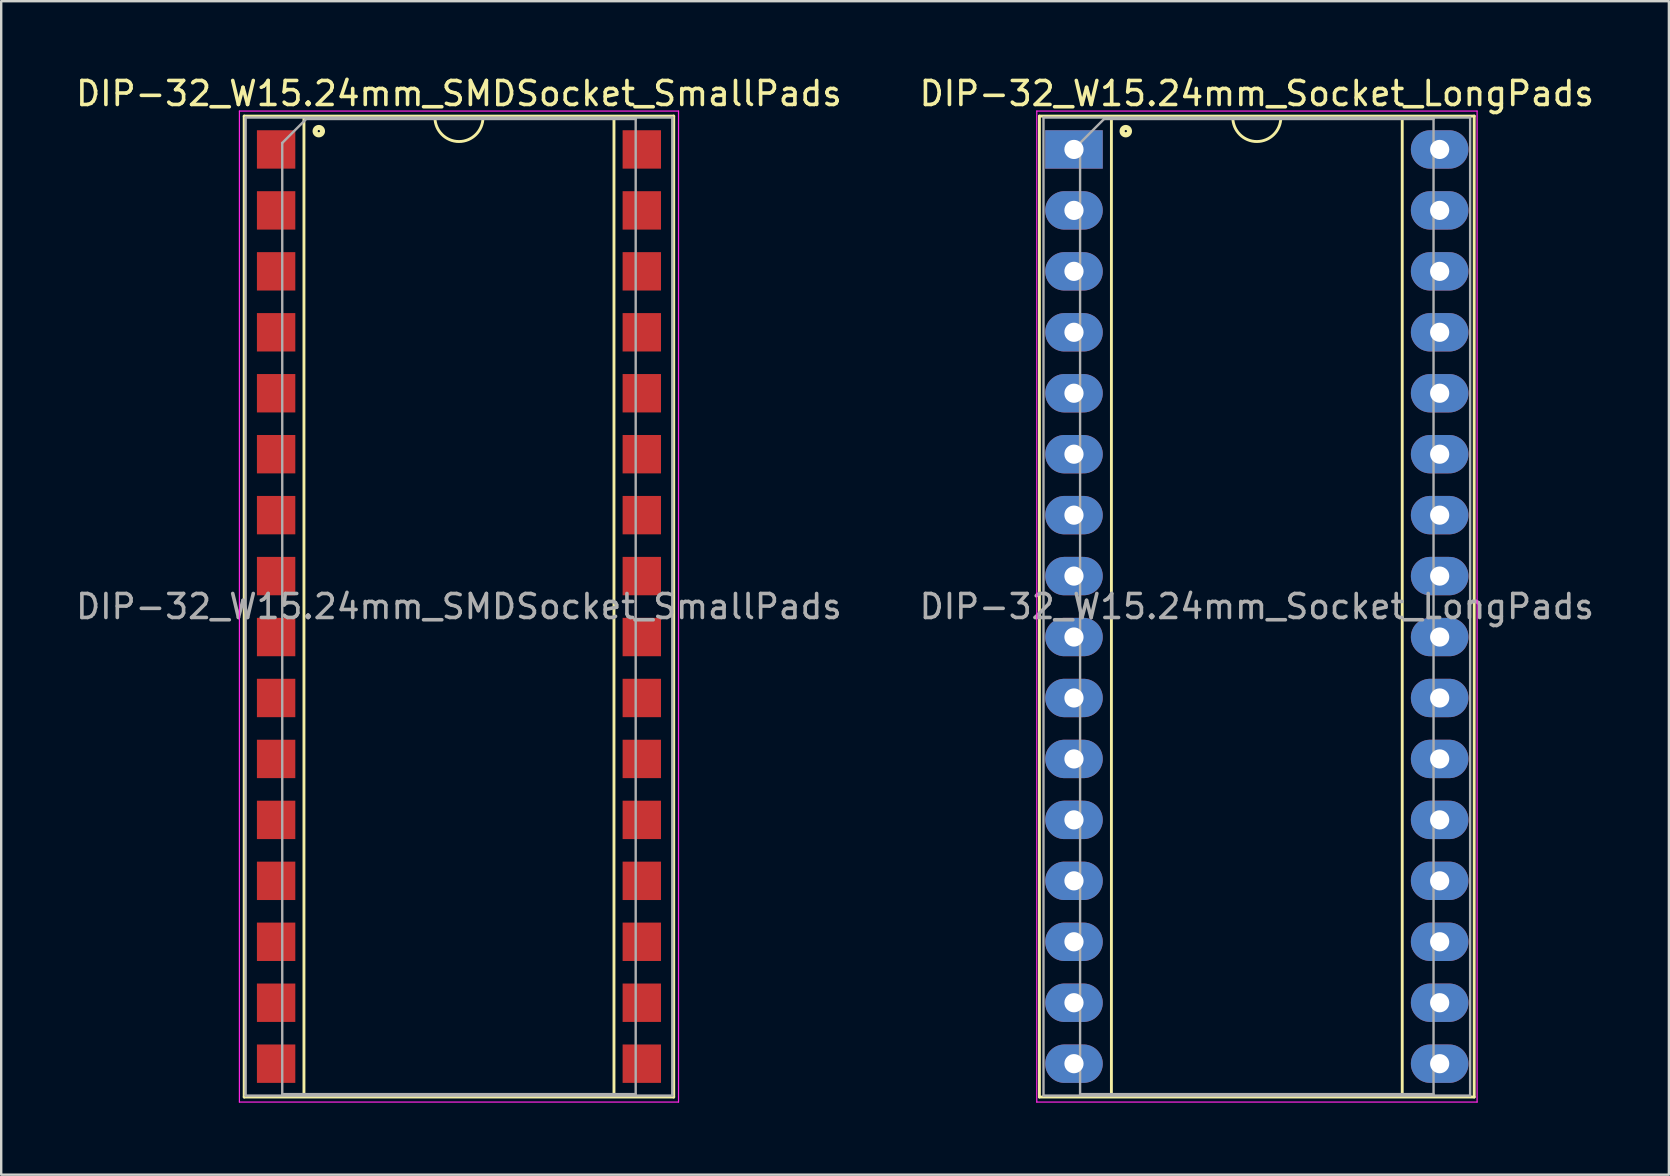
<source format=kicad_pcb>
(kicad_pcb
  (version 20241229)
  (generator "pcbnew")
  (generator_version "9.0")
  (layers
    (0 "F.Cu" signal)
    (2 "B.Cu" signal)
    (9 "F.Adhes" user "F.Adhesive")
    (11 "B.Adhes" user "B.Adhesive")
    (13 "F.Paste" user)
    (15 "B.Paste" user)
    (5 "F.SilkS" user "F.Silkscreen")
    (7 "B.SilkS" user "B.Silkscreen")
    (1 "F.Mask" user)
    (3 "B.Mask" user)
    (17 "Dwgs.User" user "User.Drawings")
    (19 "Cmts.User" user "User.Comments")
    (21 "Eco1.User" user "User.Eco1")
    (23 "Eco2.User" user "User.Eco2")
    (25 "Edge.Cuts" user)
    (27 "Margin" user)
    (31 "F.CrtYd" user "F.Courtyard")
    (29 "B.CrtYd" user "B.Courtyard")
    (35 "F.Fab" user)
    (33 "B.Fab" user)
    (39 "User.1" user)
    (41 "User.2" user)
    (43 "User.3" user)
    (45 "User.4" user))
  (footprint "DIP-32_W15.24mm_Socket_LongPads"
    (layer "F.Cu")
    (at 41.707 3.178)
    (property "Reference" "DIP-32_W15.24mm_Socket_LongPads" (at 7.62 -2.33 0) (layer "F.SilkS") (effects (font (size 1 1) (thickness 0.15))))
    (attr through_hole)
    (fp_line (start -1.44 -1.39) (end -1.44 39.49) (stroke (width 0.12) (type solid)) (layer "F.SilkS"))
    (fp_line (start -1.44 39.49) (end 16.68 39.49) (stroke (width 0.12) (type solid)) (layer "F.SilkS"))
    (fp_line (start 1.56 -1.33) (end 1.56 39.43) (stroke (width 0.12) (type solid)) (layer "F.SilkS"))
    (fp_line (start 1.56 39.43) (end 13.68 39.43) (stroke (width 0.12) (type solid)) (layer "F.SilkS"))
    (fp_line (start 6.62 -1.33) (end 1.56 -1.33) (stroke (width 0.12) (type solid)) (layer "F.SilkS"))
    (fp_line (start 13.68 -1.33) (end 8.62 -1.33) (stroke (width 0.12) (type solid)) (layer "F.SilkS"))
    (fp_line (start 13.68 39.43) (end 13.68 -1.33) (stroke (width 0.12) (type solid)) (layer "F.SilkS"))
    (fp_line (start 16.68 -1.39) (end -1.44 -1.39) (stroke (width 0.12) (type solid)) (layer "F.SilkS"))
    (fp_line (start 16.68 39.49) (end 16.68 -1.39) (stroke (width 0.12) (type solid)) (layer "F.SilkS"))
    (fp_arc (start 8.62 -1.33) (mid 7.62 -0.33) (end 6.62 -1.33) (stroke (width 0.12) (type solid)) (layer "F.SilkS"))
    (fp_circle (center 2.159 -0.762) (end 2.209 -0.762) (stroke (width 0.12) (type solid)) (fill no) (layer "F.SilkS"))
    (fp_circle (center 2.159 -0.762) (end 2.284 -0.762) (stroke (width 0.12) (type solid)) (fill no) (layer "F.SilkS"))
    (fp_circle (center 2.159 -0.762) (end 2.359 -0.762) (stroke (width 0.12) (type solid)) (fill no) (layer "F.SilkS"))
    (fp_line (start -1.55 -1.6) (end -1.55 39.7) (stroke (width 0.05) (type solid)) (layer "F.CrtYd"))
    (fp_line (start -1.55 39.7) (end 16.8 39.7) (stroke (width 0.05) (type solid)) (layer "F.CrtYd"))
    (fp_line (start 16.8 -1.6) (end -1.55 -1.6) (stroke (width 0.05) (type solid)) (layer "F.CrtYd"))
    (fp_line (start 16.8 39.7) (end 16.8 -1.6) (stroke (width 0.05) (type solid)) (layer "F.CrtYd"))
    (fp_line (start -1.27 -1.33) (end -1.27 39.43) (stroke (width 0.1) (type solid)) (layer "F.Fab"))
    (fp_line (start -1.27 39.43) (end 16.51 39.43) (stroke (width 0.1) (type solid)) (layer "F.Fab"))
    (fp_line (start 0.255 -0.27) (end 1.255 -1.27) (stroke (width 0.1) (type solid)) (layer "F.Fab"))
    (fp_line (start 0.255 39.37) (end 0.255 -0.27) (stroke (width 0.1) (type solid)) (layer "F.Fab"))
    (fp_line (start 1.255 -1.27) (end 14.985 -1.27) (stroke (width 0.1) (type solid)) (layer "F.Fab"))
    (fp_line (start 14.985 -1.27) (end 14.985 39.37) (stroke (width 0.1) (type solid)) (layer "F.Fab"))
    (fp_line (start 14.985 39.37) (end 0.255 39.37) (stroke (width 0.1) (type solid)) (layer "F.Fab"))
    (fp_line (start 16.51 -1.33) (end -1.27 -1.33) (stroke (width 0.1) (type solid)) (layer "F.Fab"))
    (fp_line (start 16.51 39.43) (end 16.51 -1.33) (stroke (width 0.1) (type solid)) (layer "F.Fab"))
    (fp_text user "${REFERENCE}" (at 7.62 19.05 0) (layer "F.Fab") (effects (font (size 1 1) (thickness 0.15))))
    (pad "1" thru_hole rect (at 0 0) (size 2.4 1.6) (drill 0.8) (layers "*.Cu" "*.Mask"))
    (pad "2" thru_hole oval (at 0 2.54) (size 2.4 1.6) (drill 0.8) (layers "*.Cu" "*.Mask"))
    (pad "3" thru_hole oval (at 0 5.08) (size 2.4 1.6) (drill 0.8) (layers "*.Cu" "*.Mask"))
    (pad "4" thru_hole oval (at 0 7.62) (size 2.4 1.6) (drill 0.8) (layers "*.Cu" "*.Mask"))
    (pad "5" thru_hole oval (at 0 10.16) (size 2.4 1.6) (drill 0.8) (layers "*.Cu" "*.Mask"))
    (pad "6" thru_hole oval (at 0 12.7) (size 2.4 1.6) (drill 0.8) (layers "*.Cu" "*.Mask"))
    (pad "7" thru_hole oval (at 0 15.24) (size 2.4 1.6) (drill 0.8) (layers "*.Cu" "*.Mask"))
    (pad "8" thru_hole oval (at 0 17.78) (size 2.4 1.6) (drill 0.8) (layers "*.Cu" "*.Mask"))
    (pad "9" thru_hole oval (at 0 20.32) (size 2.4 1.6) (drill 0.8) (layers "*.Cu" "*.Mask"))
    (pad "10" thru_hole oval (at 0 22.86) (size 2.4 1.6) (drill 0.8) (layers "*.Cu" "*.Mask"))
    (pad "11" thru_hole oval (at 0 25.4) (size 2.4 1.6) (drill 0.8) (layers "*.Cu" "*.Mask"))
    (pad "12" thru_hole oval (at 0 27.94) (size 2.4 1.6) (drill 0.8) (layers "*.Cu" "*.Mask"))
    (pad "13" thru_hole oval (at 0 30.48) (size 2.4 1.6) (drill 0.8) (layers "*.Cu" "*.Mask"))
    (pad "14" thru_hole oval (at 0 33.02) (size 2.4 1.6) (drill 0.8) (layers "*.Cu" "*.Mask"))
    (pad "15" thru_hole oval (at 0 35.56) (size 2.4 1.6) (drill 0.8) (layers "*.Cu" "*.Mask"))
    (pad "16" thru_hole oval (at 0 38.1) (size 2.4 1.6) (drill 0.8) (layers "*.Cu" "*.Mask"))
    (pad "17" thru_hole oval (at 15.24 38.1) (size 2.4 1.6) (drill 0.8) (layers "*.Cu" "*.Mask"))
    (pad "18" thru_hole oval (at 15.24 35.56) (size 2.4 1.6) (drill 0.8) (layers "*.Cu" "*.Mask"))
    (pad "19" thru_hole oval (at 15.24 33.02) (size 2.4 1.6) (drill 0.8) (layers "*.Cu" "*.Mask"))
    (pad "20" thru_hole oval (at 15.24 30.48) (size 2.4 1.6) (drill 0.8) (layers "*.Cu" "*.Mask"))
    (pad "21" thru_hole oval (at 15.24 27.94) (size 2.4 1.6) (drill 0.8) (layers "*.Cu" "*.Mask"))
    (pad "22" thru_hole oval (at 15.24 25.4) (size 2.4 1.6) (drill 0.8) (layers "*.Cu" "*.Mask"))
    (pad "23" thru_hole oval (at 15.24 22.86) (size 2.4 1.6) (drill 0.8) (layers "*.Cu" "*.Mask"))
    (pad "24" thru_hole oval (at 15.24 20.32) (size 2.4 1.6) (drill 0.8) (layers "*.Cu" "*.Mask"))
    (pad "25" thru_hole oval (at 15.24 17.78) (size 2.4 1.6) (drill 0.8) (layers "*.Cu" "*.Mask"))
    (pad "26" thru_hole oval (at 15.24 15.24) (size 2.4 1.6) (drill 0.8) (layers "*.Cu" "*.Mask"))
    (pad "27" thru_hole oval (at 15.24 12.7) (size 2.4 1.6) (drill 0.8) (layers "*.Cu" "*.Mask"))
    (pad "28" thru_hole oval (at 15.24 10.16) (size 2.4 1.6) (drill 0.8) (layers "*.Cu" "*.Mask"))
    (pad "29" thru_hole oval (at 15.24 7.62) (size 2.4 1.6) (drill 0.8) (layers "*.Cu" "*.Mask"))
    (pad "30" thru_hole oval (at 15.24 5.08) (size 2.4 1.6) (drill 0.8) (layers "*.Cu" "*.Mask"))
    (pad "31" thru_hole oval (at 15.24 2.54) (size 2.4 1.6) (drill 0.8) (layers "*.Cu" "*.Mask"))
    (pad "32" thru_hole oval (at 15.24 0) (size 2.4 1.6) (drill 0.8) (layers "*.Cu" "*.Mask")))
  (footprint "DIP-32_W15.24mm_SMDSocket_SmallPads"
    (layer "F.Cu")
    (at 16.077 22.228)
    (property "Reference" "DIP-32_W15.24mm_SMDSocket_SmallPads" (at 0 -21.38 0) (layer "F.SilkS") (effects (font (size 1 1) (thickness 0.15))))
    (attr smd)
    (fp_line (start -8.95 -20.44) (end -8.95 20.44) (stroke (width 0.12) (type solid)) (layer "F.SilkS"))
    (fp_line (start -8.95 20.44) (end 8.95 20.44) (stroke (width 0.12) (type solid)) (layer "F.SilkS"))
    (fp_line (start -6.46 -20.38) (end -6.46 20.38) (stroke (width 0.12) (type solid)) (layer "F.SilkS"))
    (fp_line (start -6.46 20.38) (end 6.46 20.38) (stroke (width 0.12) (type solid)) (layer "F.SilkS"))
    (fp_line (start -1 -20.38) (end -6.46 -20.38) (stroke (width 0.12) (type solid)) (layer "F.SilkS"))
    (fp_line (start 6.46 -20.38) (end 1 -20.38) (stroke (width 0.12) (type solid)) (layer "F.SilkS"))
    (fp_line (start 6.46 20.38) (end 6.46 -20.38) (stroke (width 0.12) (type solid)) (layer "F.SilkS"))
    (fp_line (start 8.95 -20.44) (end -8.95 -20.44) (stroke (width 0.12) (type solid)) (layer "F.SilkS"))
    (fp_line (start 8.95 20.44) (end 8.95 -20.44) (stroke (width 0.12) (type solid)) (layer "F.SilkS"))
    (fp_arc (start 1 -20.38) (mid 0 -19.38) (end -1 -20.38) (stroke (width 0.12) (type solid)) (layer "F.SilkS"))
    (fp_circle (center -5.842 -19.812) (end -5.792 -19.812) (stroke (width 0.12) (type solid)) (fill no) (layer "F.SilkS"))
    (fp_circle (center -5.842 -19.812) (end -5.717 -19.812) (stroke (width 0.12) (type solid)) (fill no) (layer "F.SilkS"))
    (fp_circle (center -5.842 -19.812) (end -5.642 -19.812) (stroke (width 0.12) (type solid)) (fill no) (layer "F.SilkS"))
    (fp_line (start -9.15 -20.65) (end -9.15 20.65) (stroke (width 0.05) (type solid)) (layer "F.CrtYd"))
    (fp_line (start -9.15 20.65) (end 9.15 20.65) (stroke (width 0.05) (type solid)) (layer "F.CrtYd"))
    (fp_line (start 9.15 -20.65) (end -9.15 -20.65) (stroke (width 0.05) (type solid)) (layer "F.CrtYd"))
    (fp_line (start 9.15 20.65) (end 9.15 -20.65) (stroke (width 0.05) (type solid)) (layer "F.CrtYd"))
    (fp_line (start -8.89 -20.38) (end -8.89 20.38) (stroke (width 0.1) (type solid)) (layer "F.Fab"))
    (fp_line (start -8.89 20.38) (end 8.89 20.38) (stroke (width 0.1) (type solid)) (layer "F.Fab"))
    (fp_line (start -7.365 -19.32) (end -6.365 -20.32) (stroke (width 0.1) (type solid)) (layer "F.Fab"))
    (fp_line (start -7.365 20.32) (end -7.365 -19.32) (stroke (width 0.1) (type solid)) (layer "F.Fab"))
    (fp_line (start -6.365 -20.32) (end 7.365 -20.32) (stroke (width 0.1) (type solid)) (layer "F.Fab"))
    (fp_line (start 7.365 -20.32) (end 7.365 20.32) (stroke (width 0.1) (type solid)) (layer "F.Fab"))
    (fp_line (start 7.365 20.32) (end -7.365 20.32) (stroke (width 0.1) (type solid)) (layer "F.Fab"))
    (fp_line (start 8.89 -20.38) (end -8.89 -20.38) (stroke (width 0.1) (type solid)) (layer "F.Fab"))
    (fp_line (start 8.89 20.38) (end 8.89 -20.38) (stroke (width 0.1) (type solid)) (layer "F.Fab"))
    (fp_text user "${REFERENCE}" (at 0 0 0) (layer "F.Fab") (effects (font (size 1 1) (thickness 0.15))))
    (pad "1" smd rect (at -7.62 -19.05) (size 1.6 1.6) (layers "F.Cu" "F.Mask" "F.Paste"))
    (pad "2" smd rect (at -7.62 -16.51) (size 1.6 1.6) (layers "F.Cu" "F.Mask" "F.Paste"))
    (pad "3" smd rect (at -7.62 -13.97) (size 1.6 1.6) (layers "F.Cu" "F.Mask" "F.Paste"))
    (pad "4" smd rect (at -7.62 -11.43) (size 1.6 1.6) (layers "F.Cu" "F.Mask" "F.Paste"))
    (pad "5" smd rect (at -7.62 -8.89) (size 1.6 1.6) (layers "F.Cu" "F.Mask" "F.Paste"))
    (pad "6" smd rect (at -7.62 -6.35) (size 1.6 1.6) (layers "F.Cu" "F.Mask" "F.Paste"))
    (pad "7" smd rect (at -7.62 -3.81) (size 1.6 1.6) (layers "F.Cu" "F.Mask" "F.Paste"))
    (pad "8" smd rect (at -7.62 -1.27) (size 1.6 1.6) (layers "F.Cu" "F.Mask" "F.Paste"))
    (pad "9" smd rect (at -7.62 1.27) (size 1.6 1.6) (layers "F.Cu" "F.Mask" "F.Paste"))
    (pad "10" smd rect (at -7.62 3.81) (size 1.6 1.6) (layers "F.Cu" "F.Mask" "F.Paste"))
    (pad "11" smd rect (at -7.62 6.35) (size 1.6 1.6) (layers "F.Cu" "F.Mask" "F.Paste"))
    (pad "12" smd rect (at -7.62 8.89) (size 1.6 1.6) (layers "F.Cu" "F.Mask" "F.Paste"))
    (pad "13" smd rect (at -7.62 11.43) (size 1.6 1.6) (layers "F.Cu" "F.Mask" "F.Paste"))
    (pad "14" smd rect (at -7.62 13.97) (size 1.6 1.6) (layers "F.Cu" "F.Mask" "F.Paste"))
    (pad "15" smd rect (at -7.62 16.51) (size 1.6 1.6) (layers "F.Cu" "F.Mask" "F.Paste"))
    (pad "16" smd rect (at -7.62 19.05) (size 1.6 1.6) (layers "F.Cu" "F.Mask" "F.Paste"))
    (pad "17" smd rect (at 7.62 19.05) (size 1.6 1.6) (layers "F.Cu" "F.Mask" "F.Paste"))
    (pad "18" smd rect (at 7.62 16.51) (size 1.6 1.6) (layers "F.Cu" "F.Mask" "F.Paste"))
    (pad "19" smd rect (at 7.62 13.97) (size 1.6 1.6) (layers "F.Cu" "F.Mask" "F.Paste"))
    (pad "20" smd rect (at 7.62 11.43) (size 1.6 1.6) (layers "F.Cu" "F.Mask" "F.Paste"))
    (pad "21" smd rect (at 7.62 8.89) (size 1.6 1.6) (layers "F.Cu" "F.Mask" "F.Paste"))
    (pad "22" smd rect (at 7.62 6.35) (size 1.6 1.6) (layers "F.Cu" "F.Mask" "F.Paste"))
    (pad "23" smd rect (at 7.62 3.81) (size 1.6 1.6) (layers "F.Cu" "F.Mask" "F.Paste"))
    (pad "24" smd rect (at 7.62 1.27) (size 1.6 1.6) (layers "F.Cu" "F.Mask" "F.Paste"))
    (pad "25" smd rect (at 7.62 -1.27) (size 1.6 1.6) (layers "F.Cu" "F.Mask" "F.Paste"))
    (pad "26" smd rect (at 7.62 -3.81) (size 1.6 1.6) (layers "F.Cu" "F.Mask" "F.Paste"))
    (pad "27" smd rect (at 7.62 -6.35) (size 1.6 1.6) (layers "F.Cu" "F.Mask" "F.Paste"))
    (pad "28" smd rect (at 7.62 -8.89) (size 1.6 1.6) (layers "F.Cu" "F.Mask" "F.Paste"))
    (pad "29" smd rect (at 7.62 -11.43) (size 1.6 1.6) (layers "F.Cu" "F.Mask" "F.Paste"))
    (pad "30" smd rect (at 7.62 -13.97) (size 1.6 1.6) (layers "F.Cu" "F.Mask" "F.Paste"))
    (pad "31" smd rect (at 7.62 -16.51) (size 1.6 1.6) (layers "F.Cu" "F.Mask" "F.Paste"))
    (pad "32" smd rect (at 7.62 -19.05) (size 1.6 1.6) (layers "F.Cu" "F.Mask" "F.Paste")))
  (gr_rect
    (start -3 -3)
    (end 66.5 45.903)
    (stroke (width 0.1) (type default))
    (fill no)
    (layer "Edge.Cuts")))
</source>
